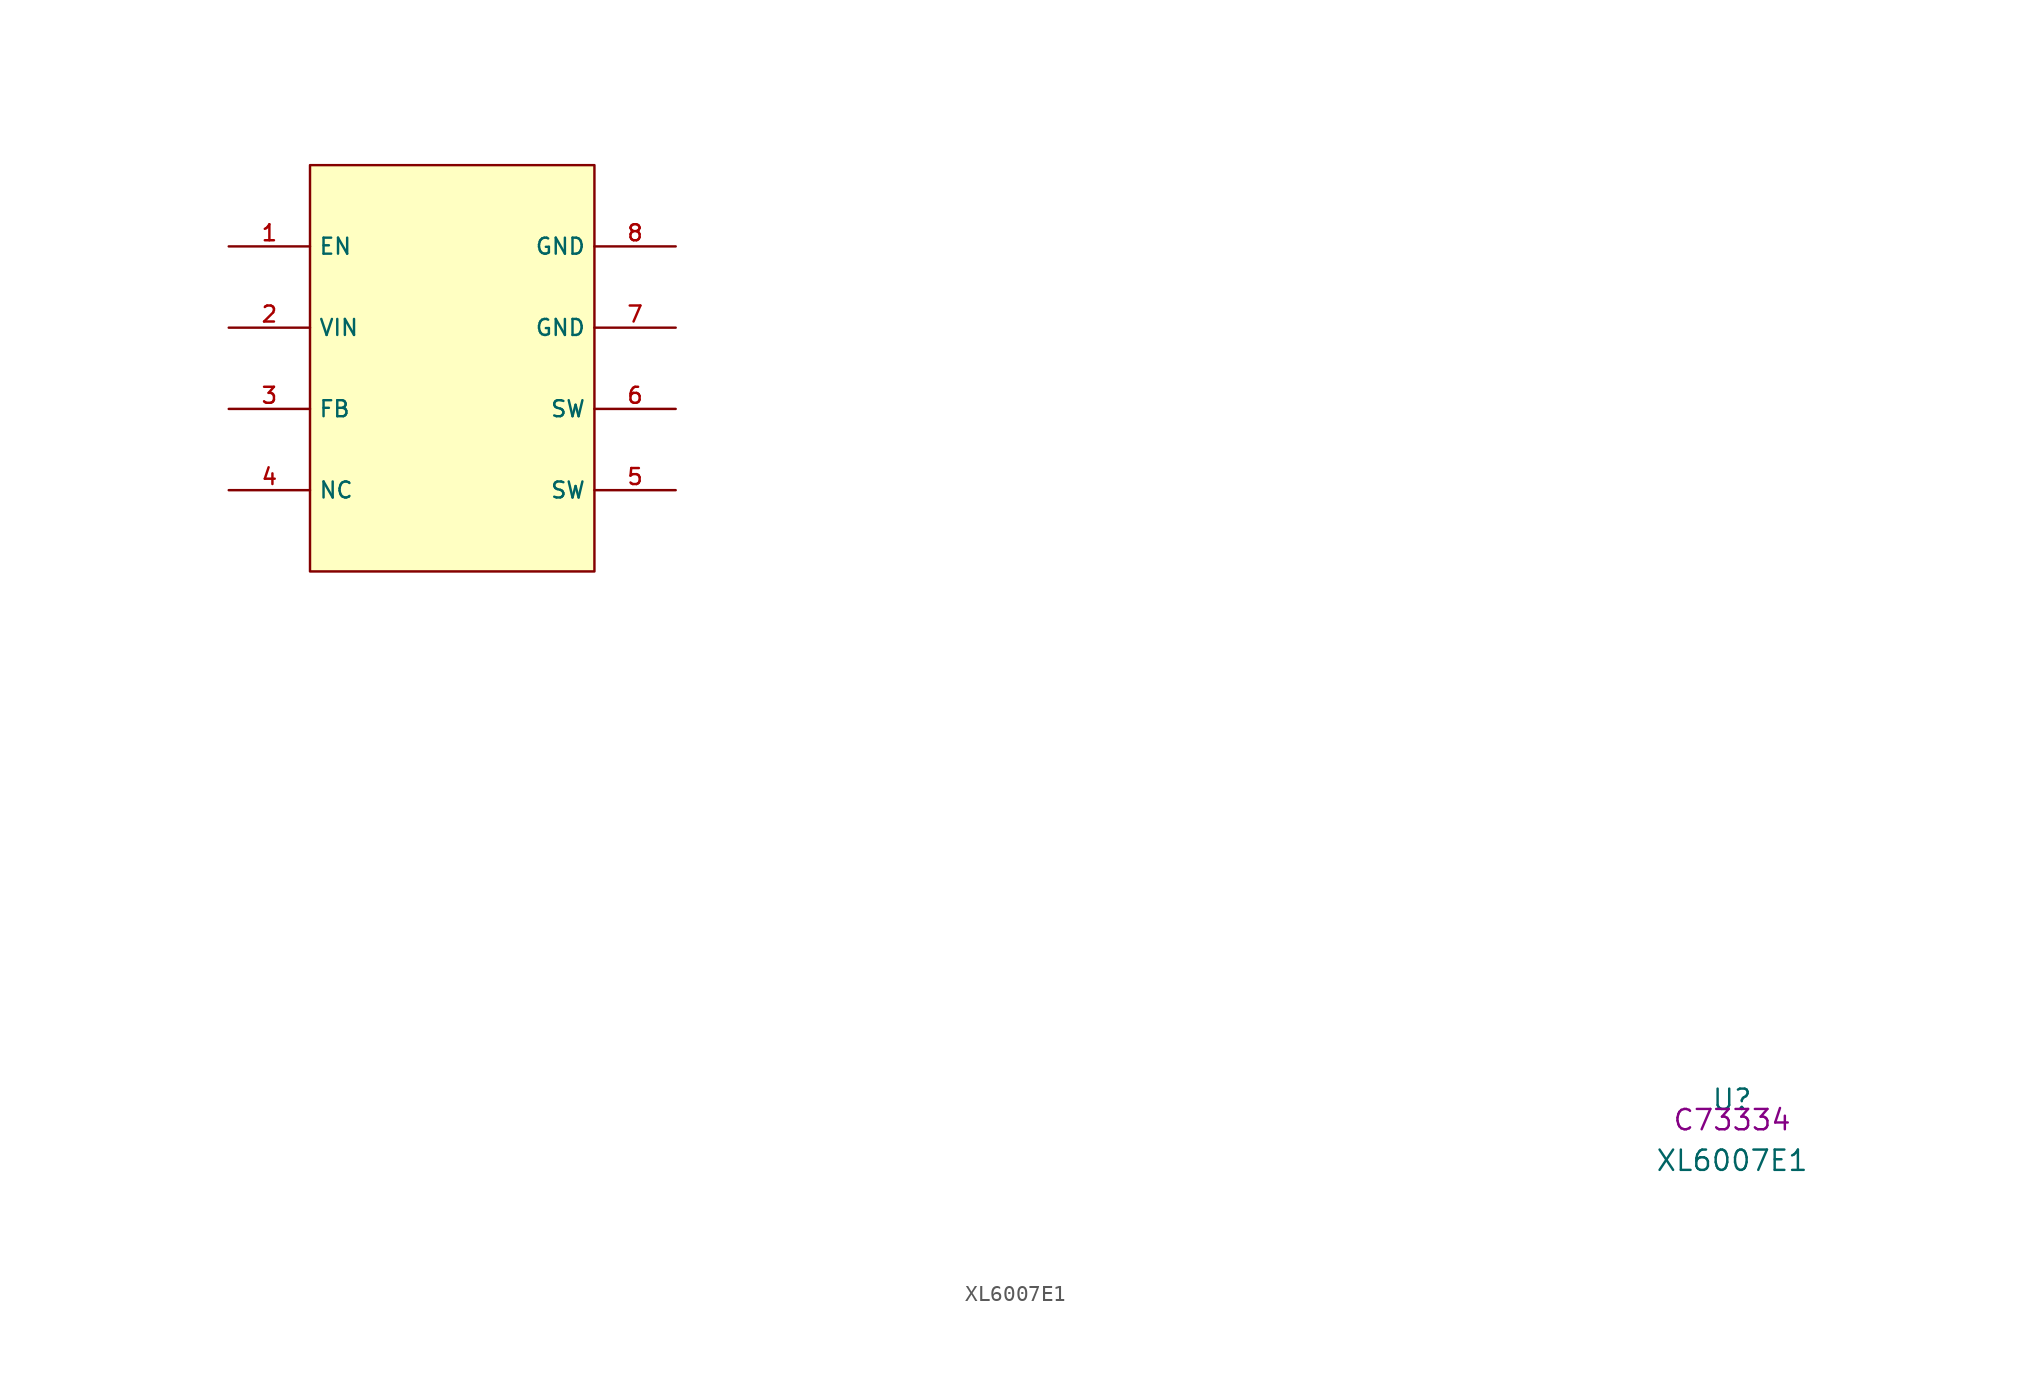
<source format=kicad_sym>
(kicad_symbol_lib
  (version 20210201)
  (generator TousstNicolas/JLC2KiCad_lib)
  (symbol "XL6007E1"
    (property "Reference" "U"
      (at 0 1.27 0)
      (effects (font (size 1.27 1.27))))
    (property "Value" "XL6007E1"
      (at 0 -2.54 0)
      (effects (font (size 1.27 1.27))))
    (property "LCSC" "C73334"
      (at 0 0 0)
      (effects (font (size 1.27 1.27))))
    (symbol "XL6007E1_0_0"
      (pin unspecified line (at -93.98 54.61 0) (length 5.08) (name "EN" (effects (font (size 1 1)))) (number "1" (effects (font (size 1 1)))))
      (pin unspecified line (at -93.98 49.53 0) (length 5.08) (name "VIN" (effects (font (size 1 1)))) (number "2" (effects (font (size 1 1)))))
      (pin unspecified line (at -93.98 44.45 0) (length 5.08) (name "FB" (effects (font (size 1 1)))) (number "3" (effects (font (size 1 1)))))
      (pin unspecified line (at -93.98 39.37 0) (length 5.08) (name "NC" (effects (font (size 1 1)))) (number "4" (effects (font (size 1 1)))))
      (pin unspecified line (at -66.04 39.37 180) (length 5.08) (name "SW" (effects (font (size 1 1)))) (number "5" (effects (font (size 1 1)))))
      (pin unspecified line (at -66.04 44.45 180) (length 5.08) (name "SW" (effects (font (size 1 1)))) (number "6" (effects (font (size 1 1)))))
      (pin unspecified line (at -66.04 49.53 180) (length 5.08) (name "GND" (effects (font (size 1 1)))) (number "7" (effects (font (size 1 1)))))
      (pin unspecified line (at -66.04 54.61 180) (length 5.08) (name "GND" (effects (font (size 1 1)))) (number "8" (effects (font (size 1 1)))))
      (rectangle (start -88.9 59.69) (end -71.12 34.29) (stroke (width 0) (type default) (color 0 0 0 0)) (fill (type background))))))
</source>
